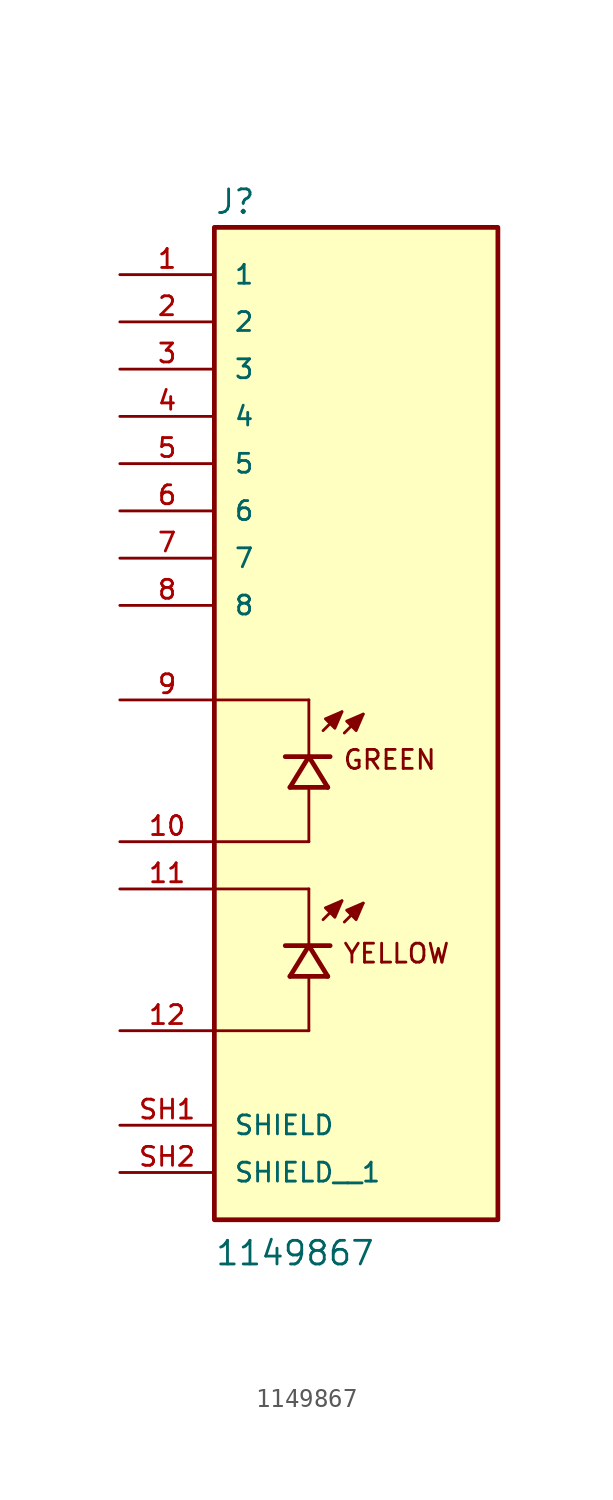
<source format=kicad_sym>
(kicad_symbol_lib
  (version 20211014)
  (generator kicad_symbol_editor)
  (symbol "1149867"
    (pin_names
      (offset 1.016))
    (property "Reference" "J"
      (at -7.62 26.035 0)
      (effects (font (size 1.27 1.27)) (justify bottom left)))
    (property "Value" "1149867"
      (at -7.62 -30.48 0)
      (effects (font (size 1.27 1.27)) (justify bottom left)))
    (symbol "1149867_0_0"
      (polyline (pts (xy -1.778 -1.651) (xy -0.762 -0.635)) (stroke (width 0.152)))
      (polyline (pts (xy -0.635 -1.778) (xy 0.381 -0.762)) (stroke (width 0.152)))
      (polyline (pts (xy -0.762 -0.635) (xy -1.651 -1.016) (xy -1.143 -1.524) (xy -0.762 -0.635)) (stroke (width 0.152)) (fill (type outline)))
      (polyline (pts (xy 0.381 -0.762) (xy -0.508 -1.143) (xy 0.0 -1.651) (xy 0.381 -0.762)) (stroke (width 0.152)) (fill (type outline)))
      (text "GREEN" (at -0.762 -3.81 0) (effects (font (size 1.016 1.016)) (justify bottom left)))
      (polyline (pts (xy -1.524 -4.699) (xy -2.54 -3.048)) (stroke (width 0.254)))
      (polyline (pts (xy -2.54 -3.048) (xy -3.556 -4.699)) (stroke (width 0.254)))
      (polyline (pts (xy -1.397 -3.048) (xy -2.54 -3.048)) (stroke (width 0.254)))
      (polyline (pts (xy -2.54 -3.048) (xy -3.81 -3.048)) (stroke (width 0.254)))
      (polyline (pts (xy -1.524 -4.699) (xy -3.556 -4.699)) (stroke (width 0.254)))
      (polyline (pts (xy -2.54 -7.62) (xy -2.54 -4.826)) (stroke (width 0.152)))
      (polyline (pts (xy -2.54 -2.921) (xy -2.54 0.0)) (stroke (width 0.152)))
      (polyline (pts (xy -2.54 0.0) (xy -7.62 0.0)) (stroke (width 0.152)))
      (polyline (pts (xy -2.54 -7.62) (xy -7.62 -7.62)) (stroke (width 0.152)))
      (polyline (pts (xy -1.778 -11.811) (xy -0.762 -10.795)) (stroke (width 0.152)))
      (polyline (pts (xy -0.635 -11.938) (xy 0.381 -10.922)) (stroke (width 0.152)))
      (polyline (pts (xy -0.762 -10.795) (xy -1.651 -11.176) (xy -1.143 -11.684) (xy -0.762 -10.795)) (stroke (width 0.152)) (fill (type outline)))
      (polyline (pts (xy 0.381 -10.922) (xy -0.508 -11.303) (xy 0.0 -11.811) (xy 0.381 -10.922)) (stroke (width 0.152)) (fill (type outline)))
      (polyline (pts (xy -1.524 -14.859) (xy -2.54 -13.208)) (stroke (width 0.254)))
      (polyline (pts (xy -2.54 -13.208) (xy -3.556 -14.859)) (stroke (width 0.254)))
      (polyline (pts (xy -1.397 -13.208) (xy -2.54 -13.208)) (stroke (width 0.254)))
      (polyline (pts (xy -2.54 -13.208) (xy -3.81 -13.208)) (stroke (width 0.254)))
      (polyline (pts (xy -1.524 -14.859) (xy -3.556 -14.859)) (stroke (width 0.254)))
      (polyline (pts (xy -2.54 -17.78) (xy -2.54 -14.986)) (stroke (width 0.152)))
      (polyline (pts (xy -2.54 -13.081) (xy -2.54 -10.16)) (stroke (width 0.152)))
      (polyline (pts (xy -2.54 -10.16) (xy -7.62 -10.16)) (stroke (width 0.152)))
      (polyline (pts (xy -2.54 -17.78) (xy -7.62 -17.78)) (stroke (width 0.152)))
      (text "YELLOW" (at -0.762 -14.224 0) (effects (font (size 1.016 1.016)) (justify bottom left)))
      (rectangle (start -7.62 -27.94) (end 7.62 25.4) (stroke (width 0.254)) (fill (type background)))
      (pin passive line (at -12.7 22.86 0) (length 5.08) (name "1" (effects (font (size 1.016 1.016)))) (number "1" (effects (font (size 1.016 1.016)))))
      (pin passive line (at -12.7 20.32 0) (length 5.08) (name "2" (effects (font (size 1.016 1.016)))) (number "2" (effects (font (size 1.016 1.016)))))
      (pin passive line (at -12.7 17.78 0) (length 5.08) (name "3" (effects (font (size 1.016 1.016)))) (number "3" (effects (font (size 1.016 1.016)))))
      (pin passive line (at -12.7 15.24 0) (length 5.08) (name "4" (effects (font (size 1.016 1.016)))) (number "4" (effects (font (size 1.016 1.016)))))
      (pin passive line (at -12.7 12.7 0) (length 5.08) (name "5" (effects (font (size 1.016 1.016)))) (number "5" (effects (font (size 1.016 1.016)))))
      (pin passive line (at -12.7 10.16 0) (length 5.08) (name "6" (effects (font (size 1.016 1.016)))) (number "6" (effects (font (size 1.016 1.016)))))
      (pin passive line (at -12.7 7.62 0) (length 5.08) (name "7" (effects (font (size 1.016 1.016)))) (number "7" (effects (font (size 1.016 1.016)))))
      (pin passive line (at -12.7 5.08 0) (length 5.08) (name "8" (effects (font (size 1.016 1.016)))) (number "8" (effects (font (size 1.016 1.016)))))
      (pin passive line (at -12.7 0.0 0) (length 5.08) (name "~" (effects (font (size 1.016 1.016)))) (number "9" (effects (font (size 1.016 1.016)))))
      (pin passive line (at -12.7 -7.62 0) (length 5.08) (name "~" (effects (font (size 1.016 1.016)))) (number "10" (effects (font (size 1.016 1.016)))))
      (pin passive line (at -12.7 -10.16 0) (length 5.08) (name "~" (effects (font (size 1.016 1.016)))) (number "11" (effects (font (size 1.016 1.016)))))
      (pin passive line (at -12.7 -17.78 0) (length 5.08) (name "~" (effects (font (size 1.016 1.016)))) (number "12" (effects (font (size 1.016 1.016)))))
      (pin passive line (at -12.7 -22.86 0) (length 5.08) (name "SHIELD" (effects (font (size 1.016 1.016)))) (number "SH1" (effects (font (size 1.016 1.016)))))
      (pin passive line (at -12.7 -25.4 0) (length 5.08) (name "SHIELD__1" (effects (font (size 1.016 1.016)))) (number "SH2" (effects (font (size 1.016 1.016))))))))
</source>
